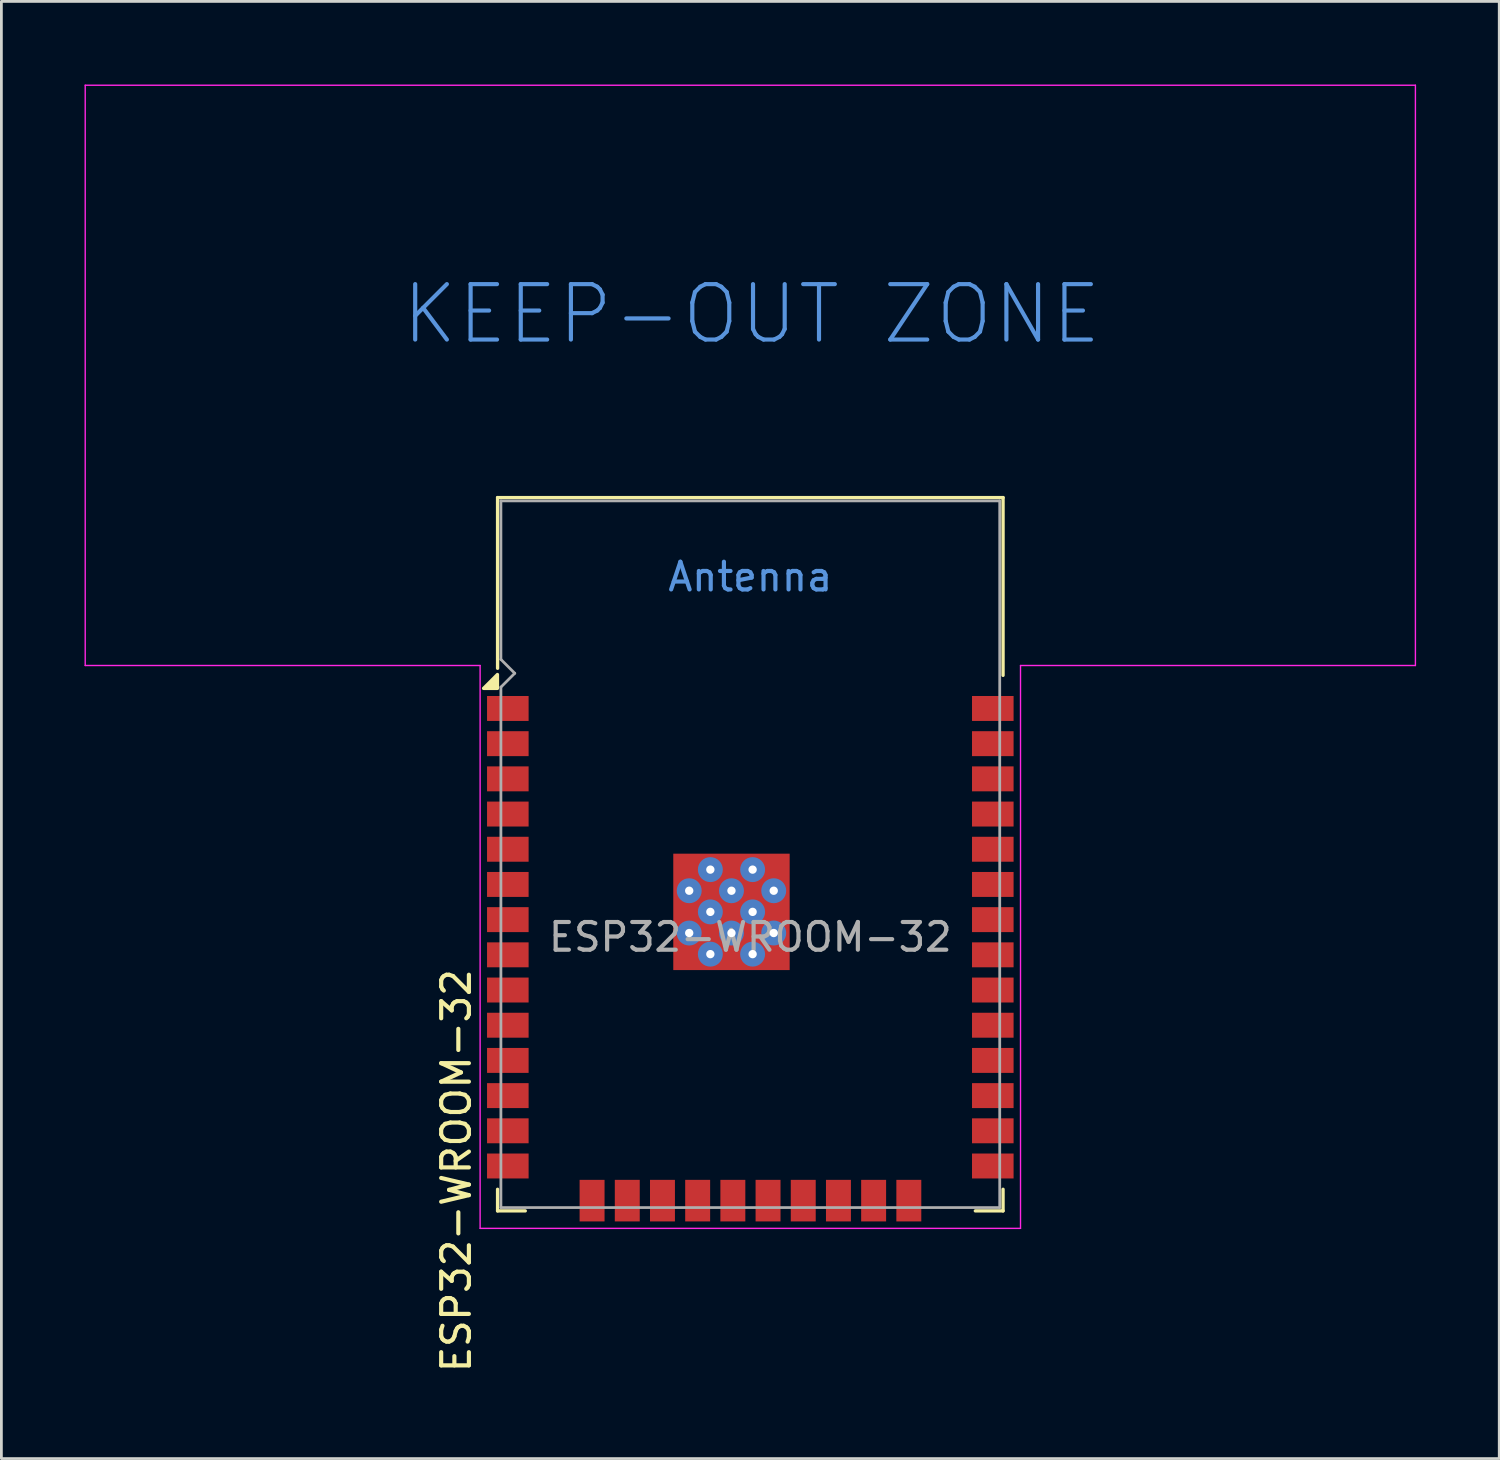
<source format=kicad_pcb>
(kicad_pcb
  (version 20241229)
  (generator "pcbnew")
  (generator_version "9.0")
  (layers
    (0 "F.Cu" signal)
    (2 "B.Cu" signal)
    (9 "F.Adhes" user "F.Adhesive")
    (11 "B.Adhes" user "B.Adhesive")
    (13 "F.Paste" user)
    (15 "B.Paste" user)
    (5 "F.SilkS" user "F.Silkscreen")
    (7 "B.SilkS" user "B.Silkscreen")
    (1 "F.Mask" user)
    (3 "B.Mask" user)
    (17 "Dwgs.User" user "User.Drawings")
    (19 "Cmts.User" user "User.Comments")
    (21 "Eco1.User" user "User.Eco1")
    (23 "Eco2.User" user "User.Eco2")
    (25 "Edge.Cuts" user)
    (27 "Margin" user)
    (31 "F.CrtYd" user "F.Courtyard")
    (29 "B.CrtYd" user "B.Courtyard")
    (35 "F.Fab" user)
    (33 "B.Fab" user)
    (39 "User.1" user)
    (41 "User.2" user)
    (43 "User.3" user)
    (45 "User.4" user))
  (footprint "ESP32-WROOM-32"
    (layer "F.Cu")
    (at 24.025 30.765)
    (property "Reference" "ESP32-WROOM-32" (at -10.61 8.43 90) (layer "F.SilkS") (effects (font (size 1 1) (thickness 0.15))))
    (attr smd)
    (fp_line (start -9.12 -15.86) (end -9.12 -9.7) (stroke (width 0.12) (type solid)) (layer "F.SilkS"))
    (fp_line (start -9.12 -15.86) (end 9.12 -15.86) (stroke (width 0.12) (type solid)) (layer "F.SilkS"))
    (fp_line (start -9.12 9.1) (end -9.12 9.88) (stroke (width 0.12) (type solid)) (layer "F.SilkS"))
    (fp_line (start -9.12 9.88) (end -8.12 9.88) (stroke (width 0.12) (type solid)) (layer "F.SilkS"))
    (fp_line (start 9.12 -15.86) (end 9.12 -9.445) (stroke (width 0.12) (type solid)) (layer "F.SilkS"))
    (fp_line (start 9.12 9.1) (end 9.12 9.88) (stroke (width 0.12) (type solid)) (layer "F.SilkS"))
    (fp_line (start 9.12 9.88) (end 8.12 9.88) (stroke (width 0.12) (type solid)) (layer "F.SilkS"))
    (fp_poly (pts (xy -9.125 -8.975) (xy -9.625 -8.975) (xy -9.125 -9.475) (xy -9.125 -8.975)) (stroke (width 0.12) (type solid)) (fill yes) (layer "F.SilkS"))
    (fp_line (start -24 -30.74) (end -24 -9.8) (stroke (width 0.05) (type solid)) (layer "F.CrtYd"))
    (fp_line (start -24 -9.8) (end -9.75 -9.8) (stroke (width 0.05) (type solid)) (layer "F.CrtYd"))
    (fp_line (start -9.75 10.51) (end -9.75 -9.8) (stroke (width 0.05) (type solid)) (layer "F.CrtYd"))
    (fp_line (start -9.75 10.51) (end 9.75 10.51) (stroke (width 0.05) (type solid)) (layer "F.CrtYd"))
    (fp_line (start 9.75 -9.8) (end 9.75 10.51) (stroke (width 0.05) (type solid)) (layer "F.CrtYd"))
    (fp_line (start 9.75 -9.8) (end 24 -9.8) (stroke (width 0.05) (type solid)) (layer "F.CrtYd"))
    (fp_line (start 24 -30.74) (end -24 -30.74) (stroke (width 0.05) (type solid)) (layer "F.CrtYd"))
    (fp_line (start 24 -9.8) (end 24 -30.74) (stroke (width 0.05) (type solid)) (layer "F.CrtYd"))
    (fp_line (start -9 -15.74) (end -9 -10.02) (stroke (width 0.1) (type solid)) (layer "F.Fab"))
    (fp_line (start -9 -15.74) (end 9 -15.74) (stroke (width 0.1) (type solid)) (layer "F.Fab"))
    (fp_line (start -9 -9.02) (end -9 9.76) (stroke (width 0.1) (type solid)) (layer "F.Fab"))
    (fp_line (start -9 -9.02) (end -8.5 -9.52) (stroke (width 0.1) (type solid)) (layer "F.Fab"))
    (fp_line (start -9 9.76) (end 9 9.76) (stroke (width 0.1) (type solid)) (layer "F.Fab"))
    (fp_line (start -8.5 -9.52) (end -9 -10.02) (stroke (width 0.1) (type solid)) (layer "F.Fab"))
    (fp_line (start 9 9.76) (end 9 -15.74) (stroke (width 0.1) (type solid)) (layer "F.Fab"))
    (fp_text user "KEEP-OUT ZONE" (at 0.05 -22.48 0) (layer "Cmts.User") (effects (font (size 2 2) (thickness 0.15))))
    (fp_text user "Antenna" (at 0 -13 0) (layer "Cmts.User") (effects (font (size 1 1) (thickness 0.15))))
    (fp_text user "${REFERENCE}" (at 0 0 0) (layer "F.Fab") (effects (font (size 1 1) (thickness 0.15))))
    (pad "1" smd rect (at -8.75 -8.25) (size 1.5 0.9) (layers "F.Cu" "F.Mask" "F.Paste"))
    (pad "2" smd rect (at -8.75 -6.98) (size 1.5 0.9) (layers "F.Cu" "F.Mask" "F.Paste"))
    (pad "3" smd rect (at -8.75 -5.71) (size 1.5 0.9) (layers "F.Cu" "F.Mask" "F.Paste"))
    (pad "4" smd rect (at -8.75 -4.44) (size 1.5 0.9) (layers "F.Cu" "F.Mask" "F.Paste"))
    (pad "5" smd rect (at -8.75 -3.17) (size 1.5 0.9) (layers "F.Cu" "F.Mask" "F.Paste"))
    (pad "6" smd rect (at -8.75 -1.9) (size 1.5 0.9) (layers "F.Cu" "F.Mask" "F.Paste"))
    (pad "7" smd rect (at -8.75 -0.63) (size 1.5 0.9) (layers "F.Cu" "F.Mask" "F.Paste"))
    (pad "8" smd rect (at -8.75 0.64) (size 1.5 0.9) (layers "F.Cu" "F.Mask" "F.Paste"))
    (pad "9" smd rect (at -8.75 1.91) (size 1.5 0.9) (layers "F.Cu" "F.Mask" "F.Paste"))
    (pad "10" smd rect (at -8.75 3.18) (size 1.5 0.9) (layers "F.Cu" "F.Mask" "F.Paste"))
    (pad "11" smd rect (at -8.75 4.45) (size 1.5 0.9) (layers "F.Cu" "F.Mask" "F.Paste"))
    (pad "12" smd rect (at -8.75 5.72) (size 1.5 0.9) (layers "F.Cu" "F.Mask" "F.Paste"))
    (pad "13" smd rect (at -8.75 6.99) (size 1.5 0.9) (layers "F.Cu" "F.Mask" "F.Paste"))
    (pad "14" smd rect (at -8.75 8.26) (size 1.5 0.9) (layers "F.Cu" "F.Mask" "F.Paste"))
    (pad "15" smd rect (at -5.71 9.51 90) (size 1.5 0.9) (layers "F.Cu" "F.Mask" "F.Paste"))
    (pad "16" smd rect (at -4.44 9.51 90) (size 1.5 0.9) (layers "F.Cu" "F.Mask" "F.Paste"))
    (pad "17" smd rect (at -3.17 9.51 90) (size 1.5 0.9) (layers "F.Cu" "F.Mask" "F.Paste"))
    (pad "18" smd rect (at -1.9 9.51 90) (size 1.5 0.9) (layers "F.Cu" "F.Mask" "F.Paste"))
    (pad "19" smd rect (at -0.63 9.51 90) (size 1.5 0.9) (layers "F.Cu" "F.Mask" "F.Paste"))
    (pad "20" smd rect (at 0.64 9.51 90) (size 1.5 0.9) (layers "F.Cu" "F.Mask" "F.Paste"))
    (pad "21" smd rect (at 1.91 9.51 90) (size 1.5 0.9) (layers "F.Cu" "F.Mask" "F.Paste"))
    (pad "22" smd rect (at 3.18 9.51 90) (size 1.5 0.9) (layers "F.Cu" "F.Mask" "F.Paste"))
    (pad "23" smd rect (at 4.45 9.51 90) (size 1.5 0.9) (layers "F.Cu" "F.Mask" "F.Paste"))
    (pad "24" smd rect (at 5.72 9.51 90) (size 1.5 0.9) (layers "F.Cu" "F.Mask" "F.Paste"))
    (pad "25" smd rect (at 8.75 8.26) (size 1.5 0.9) (layers "F.Cu" "F.Mask" "F.Paste"))
    (pad "26" smd rect (at 8.75 6.99) (size 1.5 0.9) (layers "F.Cu" "F.Mask" "F.Paste"))
    (pad "27" smd rect (at 8.75 5.72) (size 1.5 0.9) (layers "F.Cu" "F.Mask" "F.Paste"))
    (pad "28" smd rect (at 8.75 4.45) (size 1.5 0.9) (layers "F.Cu" "F.Mask" "F.Paste"))
    (pad "29" smd rect (at 8.75 3.18) (size 1.5 0.9) (layers "F.Cu" "F.Mask" "F.Paste"))
    (pad "30" smd rect (at 8.75 1.91) (size 1.5 0.9) (layers "F.Cu" "F.Mask" "F.Paste"))
    (pad "31" smd rect (at 8.75 0.64) (size 1.5 0.9) (layers "F.Cu" "F.Mask" "F.Paste"))
    (pad "32" smd rect (at 8.75 -0.63) (size 1.5 0.9) (layers "F.Cu" "F.Mask" "F.Paste"))
    (pad "33" smd rect (at 8.75 -1.9) (size 1.5 0.9) (layers "F.Cu" "F.Mask" "F.Paste"))
    (pad "34" smd rect (at 8.75 -3.17) (size 1.5 0.9) (layers "F.Cu" "F.Mask" "F.Paste"))
    (pad "35" smd rect (at 8.75 -4.44) (size 1.5 0.9) (layers "F.Cu" "F.Mask" "F.Paste"))
    (pad "36" smd rect (at 8.75 -5.71) (size 1.5 0.9) (layers "F.Cu" "F.Mask" "F.Paste"))
    (pad "37" smd rect (at 8.75 -6.98) (size 1.5 0.9) (layers "F.Cu" "F.Mask" "F.Paste"))
    (pad "38" smd rect (at 8.75 -8.25) (size 1.5 0.9) (layers "F.Cu" "F.Mask" "F.Paste"))
    (pad "39" smd rect (at -2.205 -2.435) (size 1.05 1.05) (layers "F.Cu" "F.Paste"))
    (pad "39" thru_hole circle (at -2.205 -1.673) (size 0.9 0.9) (drill 0.3) (property pad_prop_heatsink) (layers "*.Cu" "F.Mask"))
    (pad "39" smd rect (at -2.205 -0.91) (size 1.05 1.05) (layers "F.Cu" "F.Paste"))
    (pad "39" thru_hole circle (at -2.205 -0.147) (size 0.9 0.9) (drill 0.3) (property pad_prop_heatsink) (layers "*.Cu" "F.Mask"))
    (pad "39" smd rect (at -2.205 0.615) (size 1.05 1.05) (layers "F.Cu" "F.Paste"))
    (pad "39" thru_hole circle (at -1.442 -2.435) (size 0.9 0.9) (drill 0.3) (property pad_prop_heatsink) (layers "*.Cu" "F.Mask"))
    (pad "39" thru_hole circle (at -1.442 -0.91) (size 0.9 0.9) (drill 0.3) (property pad_prop_heatsink) (layers "*.Cu" "F.Mask"))
    (pad "39" thru_hole circle (at -1.442 0.615) (size 0.9 0.9) (drill 0.3) (property pad_prop_heatsink) (layers "*.Cu" "F.Mask"))
    (pad "39" smd rect (at -0.68 -2.435) (size 1.05 1.05) (layers "F.Cu" "F.Paste"))
    (pad "39" thru_hole circle (at -0.68 -1.673) (size 0.9 0.9) (drill 0.3) (property pad_prop_heatsink) (layers "*.Cu" "F.Mask"))
    (pad "39" smd rect (at -0.68 -0.91) (size 1.05 1.05) (layers "F.Cu" "F.Paste"))
    (pad "39" smd rect (at -0.68 -0.91) (size 4.2 4.2) (layers "F.Cu" "F.Mask"))
    (pad "39" thru_hole circle (at -0.68 -0.147) (size 0.9 0.9) (drill 0.3) (property pad_prop_heatsink) (layers "*.Cu" "F.Mask"))
    (pad "39" smd rect (at -0.68 0.615) (size 1.05 1.05) (layers "F.Cu" "F.Paste"))
    (pad "39" thru_hole circle (at 0.083 -2.435) (size 0.9 0.9) (drill 0.3) (property pad_prop_heatsink) (layers "*.Cu" "F.Mask"))
    (pad "39" thru_hole circle (at 0.083 -0.91) (size 0.9 0.9) (drill 0.3) (property pad_prop_heatsink) (layers "*.Cu" "F.Mask"))
    (pad "39" thru_hole circle (at 0.083 0.615) (size 0.9 0.9) (drill 0.3) (property pad_prop_heatsink) (layers "*.Cu" "F.Mask"))
    (pad "39" smd rect (at 0.845 -2.435) (size 1.05 1.05) (layers "F.Cu" "F.Paste"))
    (pad "39" thru_hole circle (at 0.845 -1.673) (size 0.9 0.9) (drill 0.3) (property pad_prop_heatsink) (layers "*.Cu" "F.Mask"))
    (pad "39" smd rect (at 0.845 -0.91) (size 1.05 1.05) (layers "F.Cu" "F.Paste"))
    (pad "39" thru_hole circle (at 0.845 -0.147) (size 0.9 0.9) (drill 0.3) (property pad_prop_heatsink) (layers "*.Cu" "F.Mask"))
    (pad "39" smd rect (at 0.845 0.615) (size 1.05 1.05) (layers "F.Cu" "F.Paste"))
    (zone (net_name "") (layers "F.Cu" "B.Cu") (hatch full 0.508) (connect_pads) (min_thickness 0.254) (filled_areas_thickness no) (keepout (tracks not_allowed) (vias not_allowed) (pads not_allowed) (copperpour not_allowed) (footprints not_allowed)) (placement (enabled no)) (fill) (polygon (pts (xy 0.025 20.965) (xy 48.025 20.965) (xy 48.025 0.025) (xy 0.025 0.025)))))
  (gr_rect
    (start -3 -3)
    (end 51.05 49.582)
    (stroke (width 0.1) (type default))
    (fill no)
    (layer "Edge.Cuts")))
</source>
